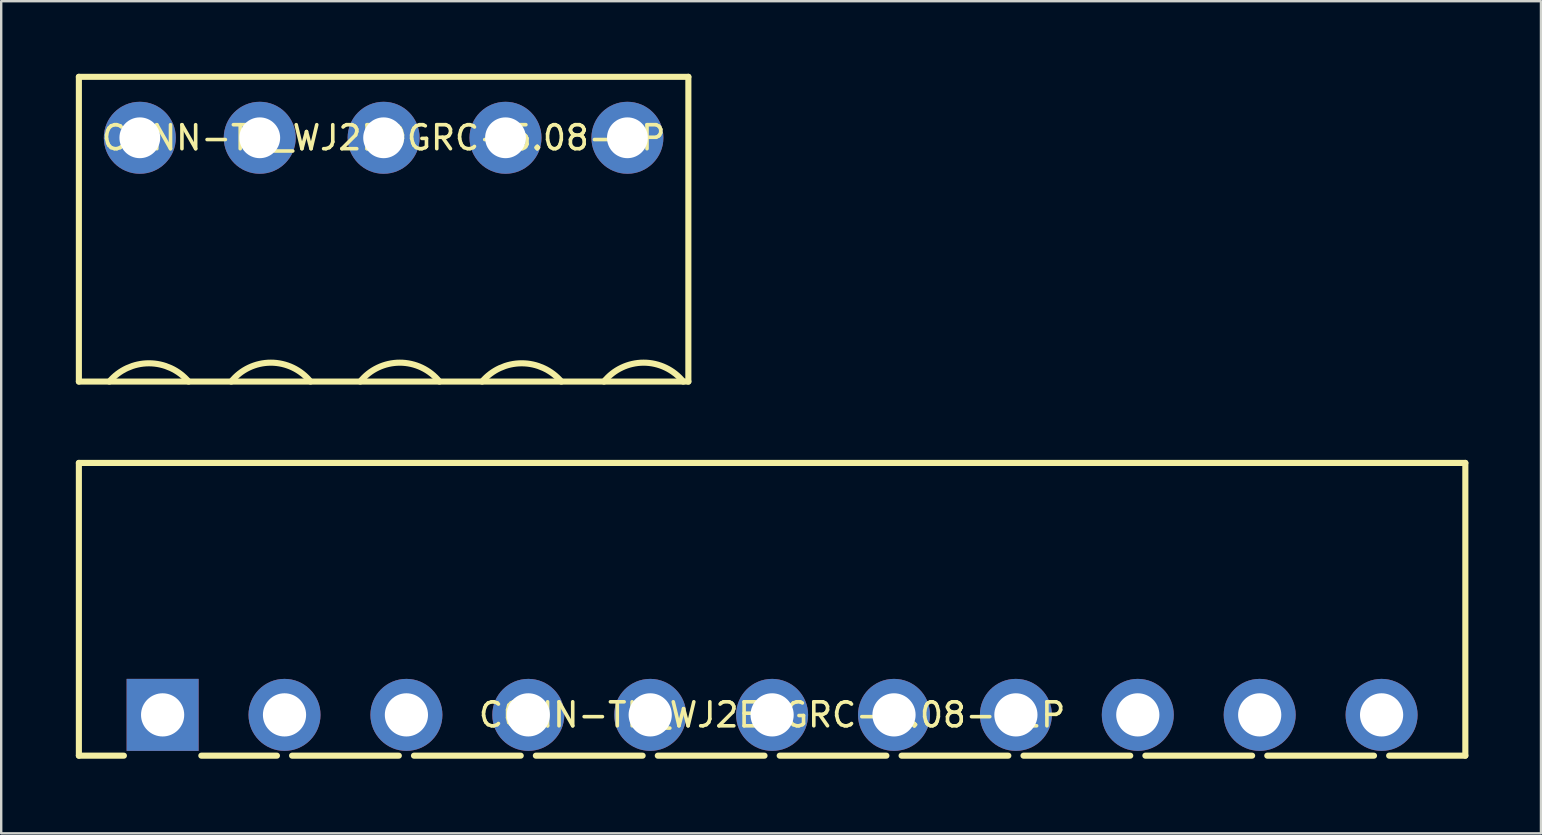
<source format=kicad_pcb>
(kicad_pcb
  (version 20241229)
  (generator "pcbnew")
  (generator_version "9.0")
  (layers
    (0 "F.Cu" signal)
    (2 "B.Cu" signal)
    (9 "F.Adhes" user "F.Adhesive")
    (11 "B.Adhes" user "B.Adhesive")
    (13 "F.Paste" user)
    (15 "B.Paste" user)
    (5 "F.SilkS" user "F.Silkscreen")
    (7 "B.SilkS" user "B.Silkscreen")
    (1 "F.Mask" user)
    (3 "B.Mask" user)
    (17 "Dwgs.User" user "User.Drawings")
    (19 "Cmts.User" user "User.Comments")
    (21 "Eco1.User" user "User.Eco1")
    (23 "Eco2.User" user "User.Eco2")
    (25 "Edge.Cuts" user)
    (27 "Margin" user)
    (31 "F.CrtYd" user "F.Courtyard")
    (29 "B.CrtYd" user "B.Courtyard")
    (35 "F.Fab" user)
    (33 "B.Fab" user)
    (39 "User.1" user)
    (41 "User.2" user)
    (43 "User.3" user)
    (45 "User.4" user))
  (footprint "CONN-TH_WJ2EDGRC-5.08-11P"
    (layer "F.Cu")
    (at 29.127 26.742)
    (property "Reference" "CONN-TH_WJ2EDGRC-5.08-11P" (at 0 0 0) (unlocked yes) (layer "F.SilkS") (effects (font (size 1 1) (thickness 0.15))))
    (fp_line (start -28.89 -10.5) (end -28.89 1.7) (stroke (width 0.254) (type default)) (layer "F.SilkS"))
    (fp_line (start -28.89 -10.5) (end 28.89 -10.5) (stroke (width 0.254) (type default)) (layer "F.SilkS"))
    (fp_line (start -28.89 1.7) (end -27.014 1.7) (stroke (width 0.254) (type default)) (layer "F.SilkS"))
    (fp_line (start -23.787 1.7) (end -20.636 1.7) (stroke (width 0.254) (type default)) (layer "F.SilkS"))
    (fp_line (start -20.005 1.7) (end -15.556 1.7) (stroke (width 0.254) (type default)) (layer "F.SilkS"))
    (fp_line (start -14.925 1.7) (end -10.476 1.7) (stroke (width 0.254) (type default)) (layer "F.SilkS"))
    (fp_line (start -9.845 1.7) (end -5.396 1.7) (stroke (width 0.254) (type default)) (layer "F.SilkS"))
    (fp_line (start -4.764 1.7) (end -0.316 1.7) (stroke (width 0.254) (type default)) (layer "F.SilkS"))
    (fp_line (start 0.316 1.7) (end 4.764 1.7) (stroke (width 0.254) (type default)) (layer "F.SilkS"))
    (fp_line (start 5.396 1.7) (end 9.845 1.7) (stroke (width 0.254) (type default)) (layer "F.SilkS"))
    (fp_line (start 10.476 1.7) (end 14.925 1.7) (stroke (width 0.254) (type default)) (layer "F.SilkS"))
    (fp_line (start 15.556 1.7) (end 20.005 1.7) (stroke (width 0.254) (type default)) (layer "F.SilkS"))
    (fp_line (start 20.636 1.7) (end 25.084 1.7) (stroke (width 0.254) (type default)) (layer "F.SilkS"))
    (fp_line (start 28.89 -10.5) (end 28.89 1.7) (stroke (width 0.254) (type default)) (layer "F.SilkS"))
    (fp_line (start 28.89 1.7) (end 25.715 1.7) (stroke (width 0.254) (type default)) (layer "F.SilkS"))
    (fp_poly (pts (xy -24.6 0) (xy -24.62 -0.178) (xy -24.679 -0.347) (xy -24.775 -0.499) (xy -24.901 -0.625) (xy -25.053 -0.721) (xy -25.222 -0.78) (xy -25.4 -0.8) (xy -25.578 -0.78) (xy -25.747 -0.721) (xy -25.899 -0.625) (xy -26.025 -0.499) (xy -26.121 -0.347) (xy -26.18 -0.178) (xy -26.2 0) (xy -26.18 0.178) (xy -26.121 0.347) (xy -26.025 0.499) (xy -25.899 0.625) (xy -25.747 0.721) (xy -25.578 0.78) (xy -25.4 0.8) (xy -25.222 0.78) (xy -25.053 0.721) (xy -24.901 0.625) (xy -24.775 0.499) (xy -24.679 0.347) (xy -24.62 0.178)) (stroke (width 0.1) (type default)) (fill no) (layer "User.1"))
    (fp_poly (pts (xy -19.52 0) (xy -19.54 -0.178) (xy -19.599 -0.347) (xy -19.695 -0.499) (xy -19.821 -0.625) (xy -19.973 -0.721) (xy -20.142 -0.78) (xy -20.32 -0.8) (xy -20.498 -0.78) (xy -20.667 -0.721) (xy -20.819 -0.625) (xy -20.945 -0.499) (xy -21.041 -0.347) (xy -21.1 -0.178) (xy -21.12 0) (xy -21.1 0.178) (xy -21.041 0.347) (xy -20.945 0.499) (xy -20.819 0.625) (xy -20.667 0.721) (xy -20.498 0.78) (xy -20.32 0.8) (xy -20.142 0.78) (xy -19.973 0.721) (xy -19.821 0.625) (xy -19.695 0.499) (xy -19.599 0.347) (xy -19.54 0.178)) (stroke (width 0.1) (type default)) (fill no) (layer "User.1"))
    (fp_poly (pts (xy -14.44 0) (xy -14.46 -0.178) (xy -14.519 -0.347) (xy -14.615 -0.499) (xy -14.741 -0.625) (xy -14.893 -0.721) (xy -15.062 -0.78) (xy -15.24 -0.8) (xy -15.418 -0.78) (xy -15.587 -0.721) (xy -15.739 -0.625) (xy -15.865 -0.499) (xy -15.961 -0.347) (xy -16.02 -0.178) (xy -16.04 0) (xy -16.02 0.178) (xy -15.961 0.347) (xy -15.865 0.499) (xy -15.739 0.625) (xy -15.587 0.721) (xy -15.418 0.78) (xy -15.24 0.8) (xy -15.062 0.78) (xy -14.893 0.721) (xy -14.741 0.625) (xy -14.615 0.499) (xy -14.519 0.347) (xy -14.46 0.178)) (stroke (width 0.1) (type default)) (fill no) (layer "User.1"))
    (fp_poly (pts (xy -9.36 0) (xy -9.38 -0.178) (xy -9.439 -0.347) (xy -9.535 -0.499) (xy -9.661 -0.625) (xy -9.813 -0.721) (xy -9.982 -0.78) (xy -10.16 -0.8) (xy -10.338 -0.78) (xy -10.507 -0.721) (xy -10.659 -0.625) (xy -10.785 -0.499) (xy -10.881 -0.347) (xy -10.94 -0.178) (xy -10.96 0) (xy -10.94 0.178) (xy -10.881 0.347) (xy -10.785 0.499) (xy -10.659 0.625) (xy -10.507 0.721) (xy -10.338 0.78) (xy -10.16 0.8) (xy -9.982 0.78) (xy -9.813 0.721) (xy -9.661 0.625) (xy -9.535 0.499) (xy -9.439 0.347) (xy -9.38 0.178)) (stroke (width 0.1) (type default)) (fill no) (layer "User.1"))
    (fp_poly (pts (xy -4.28 0) (xy -4.3 -0.178) (xy -4.359 -0.347) (xy -4.455 -0.499) (xy -4.581 -0.625) (xy -4.733 -0.721) (xy -4.902 -0.78) (xy -5.08 -0.8) (xy -5.258 -0.78) (xy -5.427 -0.721) (xy -5.579 -0.625) (xy -5.705 -0.499) (xy -5.801 -0.347) (xy -5.86 -0.178) (xy -5.88 0) (xy -5.86 0.178) (xy -5.801 0.347) (xy -5.705 0.499) (xy -5.579 0.625) (xy -5.427 0.721) (xy -5.258 0.78) (xy -5.08 0.8) (xy -4.902 0.78) (xy -4.733 0.721) (xy -4.581 0.625) (xy -4.455 0.499) (xy -4.359 0.347) (xy -4.3 0.178)) (stroke (width 0.1) (type default)) (fill no) (layer "User.1"))
    (fp_poly (pts (xy 0.8 0) (xy 0.78 -0.178) (xy 0.721 -0.347) (xy 0.625 -0.499) (xy 0.499 -0.625) (xy 0.347 -0.721) (xy 0.178 -0.78) (xy 0 -0.8) (xy -0.178 -0.78) (xy -0.347 -0.721) (xy -0.499 -0.625) (xy -0.625 -0.499) (xy -0.721 -0.347) (xy -0.78 -0.178) (xy -0.8 0) (xy -0.78 0.178) (xy -0.721 0.347) (xy -0.625 0.499) (xy -0.499 0.625) (xy -0.347 0.721) (xy -0.178 0.78) (xy 0 0.8) (xy 0.178 0.78) (xy 0.347 0.721) (xy 0.499 0.625) (xy 0.625 0.499) (xy 0.721 0.347) (xy 0.78 0.178)) (stroke (width 0.1) (type default)) (fill no) (layer "User.1"))
    (fp_poly (pts (xy 5.88 0) (xy 5.86 -0.178) (xy 5.801 -0.347) (xy 5.705 -0.499) (xy 5.579 -0.625) (xy 5.427 -0.721) (xy 5.258 -0.78) (xy 5.08 -0.8) (xy 4.902 -0.78) (xy 4.733 -0.721) (xy 4.581 -0.625) (xy 4.455 -0.499) (xy 4.359 -0.347) (xy 4.3 -0.178) (xy 4.28 0) (xy 4.3 0.178) (xy 4.359 0.347) (xy 4.455 0.499) (xy 4.581 0.625) (xy 4.733 0.721) (xy 4.902 0.78) (xy 5.08 0.8) (xy 5.258 0.78) (xy 5.427 0.721) (xy 5.579 0.625) (xy 5.705 0.499) (xy 5.801 0.347) (xy 5.86 0.178)) (stroke (width 0.1) (type default)) (fill no) (layer "User.1"))
    (fp_poly (pts (xy 10.96 0) (xy 10.94 -0.178) (xy 10.881 -0.347) (xy 10.785 -0.499) (xy 10.659 -0.625) (xy 10.507 -0.721) (xy 10.338 -0.78) (xy 10.16 -0.8) (xy 9.982 -0.78) (xy 9.813 -0.721) (xy 9.661 -0.625) (xy 9.535 -0.499) (xy 9.439 -0.347) (xy 9.38 -0.178) (xy 9.36 0) (xy 9.38 0.178) (xy 9.439 0.347) (xy 9.535 0.499) (xy 9.661 0.625) (xy 9.813 0.721) (xy 9.982 0.78) (xy 10.16 0.8) (xy 10.338 0.78) (xy 10.507 0.721) (xy 10.659 0.625) (xy 10.785 0.499) (xy 10.881 0.347) (xy 10.94 0.178)) (stroke (width 0.1) (type default)) (fill no) (layer "User.1"))
    (fp_poly (pts (xy 16.04 0) (xy 16.02 -0.178) (xy 15.961 -0.347) (xy 15.865 -0.499) (xy 15.739 -0.625) (xy 15.587 -0.721) (xy 15.418 -0.78) (xy 15.24 -0.8) (xy 15.062 -0.78) (xy 14.893 -0.721) (xy 14.741 -0.625) (xy 14.615 -0.499) (xy 14.519 -0.347) (xy 14.46 -0.178) (xy 14.44 0) (xy 14.46 0.178) (xy 14.519 0.347) (xy 14.615 0.499) (xy 14.741 0.625) (xy 14.893 0.721) (xy 15.062 0.78) (xy 15.24 0.8) (xy 15.418 0.78) (xy 15.587 0.721) (xy 15.739 0.625) (xy 15.865 0.499) (xy 15.961 0.347) (xy 16.02 0.178)) (stroke (width 0.1) (type default)) (fill no) (layer "User.1"))
    (fp_poly (pts (xy 21.12 0) (xy 21.1 -0.178) (xy 21.041 -0.347) (xy 20.945 -0.499) (xy 20.819 -0.625) (xy 20.667 -0.721) (xy 20.498 -0.78) (xy 20.32 -0.8) (xy 20.142 -0.78) (xy 19.973 -0.721) (xy 19.821 -0.625) (xy 19.695 -0.499) (xy 19.599 -0.347) (xy 19.54 -0.178) (xy 19.52 0) (xy 19.54 0.178) (xy 19.599 0.347) (xy 19.695 0.499) (xy 19.821 0.625) (xy 19.973 0.721) (xy 20.142 0.78) (xy 20.32 0.8) (xy 20.498 0.78) (xy 20.667 0.721) (xy 20.819 0.625) (xy 20.945 0.499) (xy 21.041 0.347) (xy 21.1 0.178)) (stroke (width 0.1) (type default)) (fill no) (layer "User.1"))
    (fp_poly (pts (xy 26.2 0) (xy 26.18 -0.178) (xy 26.121 -0.347) (xy 26.025 -0.499) (xy 25.899 -0.625) (xy 25.747 -0.721) (xy 25.578 -0.78) (xy 25.4 -0.8) (xy 25.222 -0.78) (xy 25.053 -0.721) (xy 24.901 -0.625) (xy 24.775 -0.499) (xy 24.679 -0.347) (xy 24.62 -0.178) (xy 24.6 0) (xy 24.62 0.178) (xy 24.679 0.347) (xy 24.775 0.499) (xy 24.901 0.625) (xy 25.053 0.721) (xy 25.222 0.78) (xy 25.4 0.8) (xy 25.578 0.78) (xy 25.747 0.721) (xy 25.899 0.625) (xy 26.025 0.499) (xy 26.121 0.347) (xy 26.18 0.178)) (stroke (width 0.1) (type default)) (fill no) (layer "User.1"))
    (fp_line (start -29.017 -10.627) (end 29.017 -10.627) (stroke (width 0.051) (type default)) (layer "User.2"))
    (fp_line (start -29.017 1.827) (end -29.017 -10.627) (stroke (width 0.051) (type default)) (layer "User.2"))
    (fp_line (start 29.017 -10.627) (end 29.017 1.827) (stroke (width 0.051) (type default)) (layer "User.2"))
    (fp_line (start 29.017 1.827) (end -29.017 1.827) (stroke (width 0.051) (type default)) (layer "User.2"))
    (fp_poly (pts (xy -28.957 1.827) (xy -28.975 1.785) (xy -29.017 1.767) (xy -29.059 1.785) (xy -29.077 1.827) (xy -29.059 1.869) (xy -29.017 1.887) (xy -28.975 1.869)) (stroke (width 0.1) (type default)) (fill no) (layer "User.3"))
    (pad "1" thru_hole rect (at -25.4 0) (size 3 3) (drill 1.8) (layers "*.Cu" "*.Mask"))
    (pad "2" thru_hole circle (at -20.32 0) (size 3 3) (drill 1.8) (layers "*.Cu" "*.Mask"))
    (pad "3" thru_hole circle (at -15.24 0) (size 3 3) (drill 1.8) (layers "*.Cu" "*.Mask"))
    (pad "4" thru_hole circle (at -10.16 0) (size 3 3) (drill 1.8) (layers "*.Cu" "*.Mask"))
    (pad "5" thru_hole circle (at -5.08 0) (size 3 3) (drill 1.8) (layers "*.Cu" "*.Mask"))
    (pad "6" thru_hole circle (at 0 0) (size 3 3) (drill 1.8) (layers "*.Cu" "*.Mask"))
    (pad "7" thru_hole circle (at 5.08 0) (size 3 3) (drill 1.8) (layers "*.Cu" "*.Mask"))
    (pad "8" thru_hole circle (at 10.16 0) (size 3 3) (drill 1.8) (layers "*.Cu" "*.Mask"))
    (pad "9" thru_hole circle (at 15.24 0) (size 3 3) (drill 1.8) (layers "*.Cu" "*.Mask"))
    (pad "10" thru_hole circle (at 20.32 0) (size 3 3) (drill 1.8) (layers "*.Cu" "*.Mask"))
    (pad "11" thru_hole circle (at 25.4 0) (size 3 3) (drill 1.8) (layers "*.Cu" "*.Mask")))
  (footprint "CONN-TH_WJ2EDGRC-5.08-5P"
    (layer "F.Cu")
    (at 12.937 2.692)
    (property "Reference" "CONN-TH_WJ2EDGRC-5.08-5P" (at 0 0 0) (unlocked yes) (layer "F.SilkS") (effects (font (size 1 1) (thickness 0.15))))
    (fp_line (start -12.7 -2.54) (end -12.7 10.16) (stroke (width 0.254) (type default)) (layer "F.SilkS"))
    (fp_line (start -12.7 -2.54) (end 12.7 -2.54) (stroke (width 0.254) (type default)) (layer "F.SilkS"))
    (fp_line (start -12.7 10.16) (end 12.7 10.16) (stroke (width 0.254) (type default)) (layer "F.SilkS"))
    (fp_line (start 12.7 -2.54) (end 12.7 10.16) (stroke (width 0.254) (type default)) (layer "F.SilkS"))
    (fp_arc (start -11.43 10.16) (mid -9.779 9.397795) (end -8.128 10.16) (stroke (width 0.254) (type default)) (layer "F.SilkS"))
    (fp_arc (start -6.35 10.16) (mid -4.699 9.371974) (end -3.048 10.16) (stroke (width 0.254) (type default)) (layer "F.SilkS"))
    (fp_arc (start -0.9755 10.16) (mid 0.6755 9.371974) (end 2.3265 10.16) (stroke (width 0.254) (type default)) (layer "F.SilkS"))
    (fp_arc (start 4.1045 10.16) (mid 5.7555 9.397795) (end 7.4065 10.16) (stroke (width 0.254) (type default)) (layer "F.SilkS"))
    (fp_arc (start 9.1845 10.16) (mid 10.8355 9.371974) (end 12.4865 10.16) (stroke (width 0.254) (type default)) (layer "F.SilkS"))
    (fp_poly (pts (xy -9.41 0) (xy -9.429 -0.167) (xy -9.484 -0.325) (xy -9.574 -0.468) (xy -9.692 -0.586) (xy -9.835 -0.676) (xy -9.993 -0.731) (xy -10.16 -0.75) (xy -10.327 -0.731) (xy -10.485 -0.676) (xy -10.628 -0.586) (xy -10.746 -0.468) (xy -10.836 -0.325) (xy -10.891 -0.167) (xy -10.91 0) (xy -10.891 0.167) (xy -10.836 0.325) (xy -10.746 0.468) (xy -10.628 0.586) (xy -10.485 0.676) (xy -10.327 0.731) (xy -10.16 0.75) (xy -9.993 0.731) (xy -9.835 0.676) (xy -9.692 0.586) (xy -9.574 0.468) (xy -9.484 0.325) (xy -9.429 0.167)) (stroke (width 0.1) (type default)) (fill no) (layer "User.1"))
    (fp_poly (pts (xy -4.412 0) (xy -4.43 -0.167) (xy -4.486 -0.325) (xy -4.575 -0.468) (xy -4.694 -0.586) (xy -4.836 -0.676) (xy -4.995 -0.731) (xy -5.162 -0.75) (xy -5.328 -0.731) (xy -5.487 -0.676) (xy -5.629 -0.586) (xy -5.748 -0.468) (xy -5.837 -0.325) (xy -5.893 -0.167) (xy -5.912 0) (xy -5.893 0.167) (xy -5.837 0.325) (xy -5.748 0.468) (xy -5.629 0.586) (xy -5.487 0.676) (xy -5.328 0.731) (xy -5.162 0.75) (xy -4.995 0.731) (xy -4.836 0.676) (xy -4.694 0.586) (xy -4.575 0.468) (xy -4.486 0.325) (xy -4.43 0.167)) (stroke (width 0.1) (type default)) (fill no) (layer "User.1"))
    (fp_poly (pts (xy 0.75 0) (xy 0.731 -0.167) (xy 0.676 -0.325) (xy 0.586 -0.468) (xy 0.468 -0.586) (xy 0.325 -0.676) (xy 0.167 -0.731) (xy 0 -0.75) (xy -0.167 -0.731) (xy -0.325 -0.676) (xy -0.468 -0.586) (xy -0.586 -0.468) (xy -0.676 -0.325) (xy -0.731 -0.167) (xy -0.75 0) (xy -0.731 0.167) (xy -0.676 0.325) (xy -0.586 0.468) (xy -0.468 0.586) (xy -0.325 0.676) (xy -0.167 0.731) (xy 0 0.75) (xy 0.167 0.731) (xy 0.325 0.676) (xy 0.468 0.586) (xy 0.586 0.468) (xy 0.676 0.325) (xy 0.731 0.167)) (stroke (width 0.1) (type default)) (fill no) (layer "User.1"))
    (fp_poly (pts (xy 5.83 0) (xy 5.811 -0.167) (xy 5.756 -0.325) (xy 5.666 -0.468) (xy 5.548 -0.586) (xy 5.405 -0.676) (xy 5.247 -0.731) (xy 5.08 -0.75) (xy 4.913 -0.731) (xy 4.755 -0.676) (xy 4.612 -0.586) (xy 4.494 -0.468) (xy 4.404 -0.325) (xy 4.349 -0.167) (xy 4.33 0) (xy 4.349 0.167) (xy 4.404 0.325) (xy 4.494 0.468) (xy 4.612 0.586) (xy 4.755 0.676) (xy 4.913 0.731) (xy 5.08 0.75) (xy 5.247 0.731) (xy 5.405 0.676) (xy 5.548 0.586) (xy 5.666 0.468) (xy 5.756 0.325) (xy 5.811 0.167)) (stroke (width 0.1) (type default)) (fill no) (layer "User.1"))
    (fp_poly (pts (xy 10.91 0) (xy 10.891 -0.167) (xy 10.836 -0.325) (xy 10.746 -0.468) (xy 10.628 -0.586) (xy 10.485 -0.676) (xy 10.327 -0.731) (xy 10.16 -0.75) (xy 9.993 -0.731) (xy 9.835 -0.676) (xy 9.692 -0.586) (xy 9.574 -0.468) (xy 9.484 -0.325) (xy 9.429 -0.167) (xy 9.41 0) (xy 9.429 0.167) (xy 9.484 0.325) (xy 9.574 0.468) (xy 9.692 0.586) (xy 9.835 0.676) (xy 9.993 0.731) (xy 10.16 0.75) (xy 10.327 0.731) (xy 10.485 0.676) (xy 10.628 0.586) (xy 10.746 0.468) (xy 10.836 0.325) (xy 10.891 0.167)) (stroke (width 0.1) (type default)) (fill no) (layer "User.1"))
    (fp_line (start -12.827 -2.667) (end 12.827 -2.667) (stroke (width 0.051) (type default)) (layer "User.2"))
    (fp_line (start -12.827 10.287) (end -12.827 -2.667) (stroke (width 0.051) (type default)) (layer "User.2"))
    (fp_line (start 12.827 -2.667) (end 12.827 10.287) (stroke (width 0.051) (type default)) (layer "User.2"))
    (fp_line (start 12.827 10.287) (end -12.827 10.287) (stroke (width 0.051) (type default)) (layer "User.2"))
    (fp_poly (pts (xy -12.767 10.287) (xy -12.785 10.245) (xy -12.827 10.227) (xy -12.869 10.245) (xy -12.887 10.287) (xy -12.869 10.329) (xy -12.827 10.347) (xy -12.785 10.329)) (stroke (width 0.1) (type default)) (fill no) (layer "User.3"))
    (pad "1" thru_hole circle (at -10.16 0) (size 3 3) (drill 1.7) (layers "*.Cu" "*.Mask"))
    (pad "2" thru_hole circle (at -5.162 0) (size 3 3) (drill 1.7) (layers "*.Cu" "*.Mask"))
    (pad "3" thru_hole circle (at 0 0) (size 3 3) (drill 1.7) (layers "*.Cu" "*.Mask"))
    (pad "4" thru_hole circle (at 5.08 0) (size 3 3) (drill 1.7) (layers "*.Cu" "*.Mask"))
    (pad "5" thru_hole circle (at 10.16 0) (size 3 3) (drill 1.7) (layers "*.Cu" "*.Mask")))
  (gr_rect
    (start -3 -3)
    (end 61.169 31.679)
    (stroke (width 0.1) (type default))
    (fill no)
    (layer "Edge.Cuts")))
</source>
